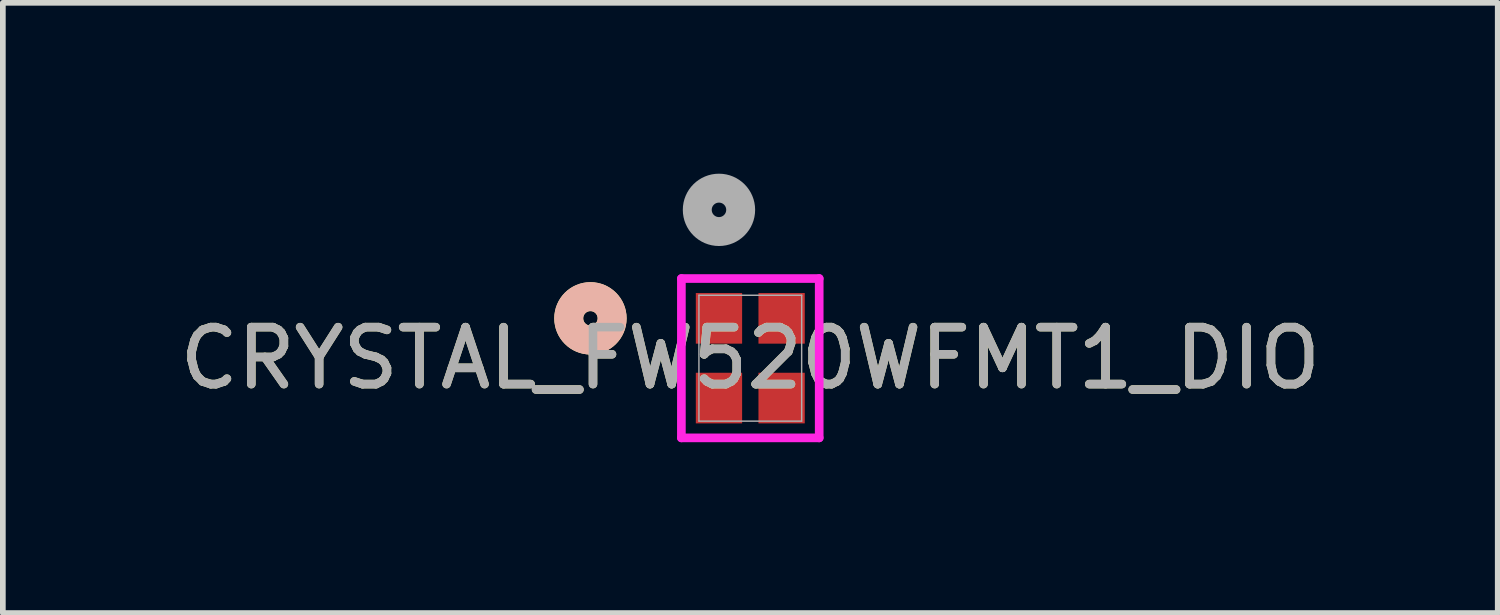
<source format=kicad_pcb>
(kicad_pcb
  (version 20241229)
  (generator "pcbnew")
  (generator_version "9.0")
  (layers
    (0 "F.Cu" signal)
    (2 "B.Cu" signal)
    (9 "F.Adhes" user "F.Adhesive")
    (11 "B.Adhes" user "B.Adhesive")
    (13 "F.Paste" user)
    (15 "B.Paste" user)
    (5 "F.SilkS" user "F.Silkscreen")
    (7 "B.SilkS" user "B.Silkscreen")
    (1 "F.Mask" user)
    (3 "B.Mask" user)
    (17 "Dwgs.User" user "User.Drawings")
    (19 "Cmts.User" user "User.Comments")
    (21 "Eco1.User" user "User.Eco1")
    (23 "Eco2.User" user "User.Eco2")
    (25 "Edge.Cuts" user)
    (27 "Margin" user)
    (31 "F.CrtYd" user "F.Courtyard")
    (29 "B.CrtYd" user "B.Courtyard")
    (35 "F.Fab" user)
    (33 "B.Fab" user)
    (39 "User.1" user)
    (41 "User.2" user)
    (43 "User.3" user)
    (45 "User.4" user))
  (footprint "CRYSTAL_FW520WFMT1_DIO"
    (layer "F.Cu")
    (at 10.125 3.24)
    (property "Reference" "CRYSTAL_FW520WFMT1_DIO" (at 0 0 0) (unlocked yes) (layer "F.SilkS") (effects (font (size 1 1) (thickness 0.15))))
    (attr smd)
    (fp_circle (center -2.807 -0.7) (end -2.426 -0.7) (stroke (width 0.508) (type solid)) (fill no) (layer "F.SilkS"))
    (fp_circle (center -2.807 -0.7) (end -2.426 -0.7) (stroke (width 0.508) (type solid)) (fill no) (layer "B.SilkS"))
    (fp_line (start -1.21 -1.399) (end -1.21 1.399) (stroke (width 0.152) (type solid)) (layer "F.CrtYd"))
    (fp_line (start -1.21 1.399) (end 1.21 1.399) (stroke (width 0.152) (type solid)) (layer "F.CrtYd"))
    (fp_line (start 1.21 -1.399) (end -1.21 -1.399) (stroke (width 0.152) (type solid)) (layer "F.CrtYd"))
    (fp_line (start 1.21 1.399) (end 1.21 -1.399) (stroke (width 0.152) (type solid)) (layer "F.CrtYd"))
    (fp_line (start -0.902 -1.105) (end -0.902 1.105) (stroke (width 0.025) (type solid)) (layer "F.Fab"))
    (fp_line (start -0.902 1.105) (end 0.902 1.105) (stroke (width 0.025) (type solid)) (layer "F.Fab"))
    (fp_line (start 0.902 -1.105) (end -0.902 -1.105) (stroke (width 0.025) (type solid)) (layer "F.Fab"))
    (fp_line (start 0.902 1.105) (end 0.902 -1.105) (stroke (width 0.025) (type solid)) (layer "F.Fab"))
    (fp_circle (center -0.55 -2.605) (end -0.169 -2.605) (stroke (width 0.508) (type solid)) (fill no) (layer "F.Fab"))
    (fp_text user "${REFERENCE}" (at 0 0 0) (unlocked yes) (layer "F.Fab") (effects (font (size 1 1) (thickness 0.15))))
    (pad "1" smd rect (at -0.55 -0.7) (size 0.813 0.889) (layers "F.Cu" "F.Mask" "F.Paste"))
    (pad "2" smd rect (at -0.55 0.7) (size 0.813 0.889) (layers "F.Cu" "F.Mask" "F.Paste"))
    (pad "3" smd rect (at 0.55 0.7) (size 0.813 0.889) (layers "F.Cu" "F.Mask" "F.Paste"))
    (pad "4" smd rect (at 0.55 -0.7) (size 0.813 0.889) (layers "F.Cu" "F.Mask" "F.Paste")))
  (gr_rect
    (start -3 -3)
    (end 23.25 7.715)
    (stroke (width 0.1) (type default))
    (fill no)
    (layer "Edge.Cuts")))
</source>
